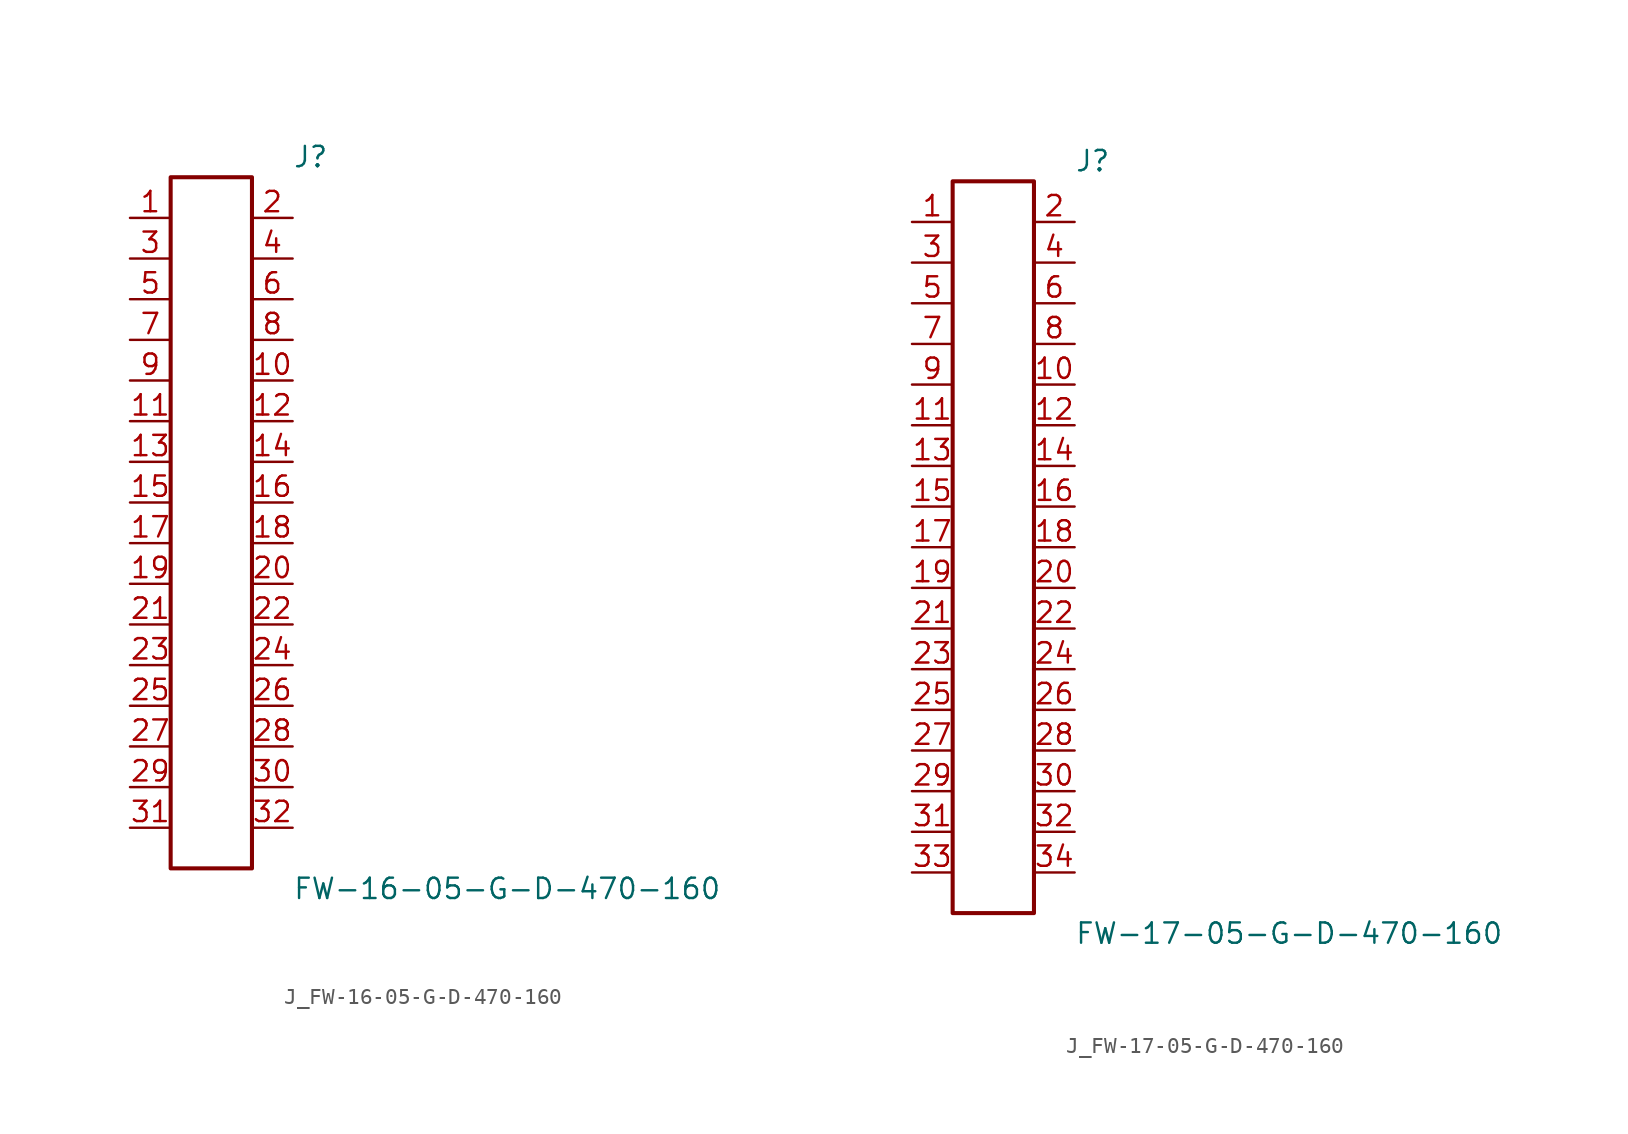
<source format=kicad_sym>
(kicad_symbol_lib
  (version 20231120)
  (generator kicad_symbol_editor)
  (generator_version 8.0)
  (symbol "J_FW-16-05-G-D-470-160"
    (pin_names
      (offset 0.254))
    (property "Reference" "J"
      (at 5.08 22.86 0)
      (effects (font (size 1.27 1.27)) (justify left)))
    (property "Value" "FW-16-05-G-D-470-160"
      (at 5.08 -22.86 0)
      (effects (font (size 1.27 1.27)) (justify left)))
    (symbol "J_FW-16-05-G-D-470-160_0_0"
      (pin unspecified line (at -5.08 19.05 0) (length 2.54) (name "" (effects (font (size 1.27 1.27)))) (number "1" (effects (font (size 1.27 1.27)))))
      (pin unspecified line (at 5.08 19.05 180) (length 2.54) (name "" (effects (font (size 1.27 1.27)))) (number "2" (effects (font (size 1.27 1.27)))))
      (pin unspecified line (at -5.08 16.51 0) (length 2.54) (name "" (effects (font (size 1.27 1.27)))) (number "3" (effects (font (size 1.27 1.27)))))
      (pin unspecified line (at 5.08 16.51 180) (length 2.54) (name "" (effects (font (size 1.27 1.27)))) (number "4" (effects (font (size 1.27 1.27)))))
      (pin unspecified line (at -5.08 13.97 0) (length 2.54) (name "" (effects (font (size 1.27 1.27)))) (number "5" (effects (font (size 1.27 1.27)))))
      (pin unspecified line (at 5.08 13.97 180) (length 2.54) (name "" (effects (font (size 1.27 1.27)))) (number "6" (effects (font (size 1.27 1.27)))))
      (pin unspecified line (at -5.08 11.43 0) (length 2.54) (name "" (effects (font (size 1.27 1.27)))) (number "7" (effects (font (size 1.27 1.27)))))
      (pin unspecified line (at 5.08 11.43 180) (length 2.54) (name "" (effects (font (size 1.27 1.27)))) (number "8" (effects (font (size 1.27 1.27)))))
      (pin unspecified line (at -5.08 8.89 0) (length 2.54) (name "" (effects (font (size 1.27 1.27)))) (number "9" (effects (font (size 1.27 1.27)))))
      (pin unspecified line (at 5.08 8.89 180) (length 2.54) (name "" (effects (font (size 1.27 1.27)))) (number "10" (effects (font (size 1.27 1.27)))))
      (pin unspecified line (at -5.08 6.35 0) (length 2.54) (name "" (effects (font (size 1.27 1.27)))) (number "11" (effects (font (size 1.27 1.27)))))
      (pin unspecified line (at 5.08 6.35 180) (length 2.54) (name "" (effects (font (size 1.27 1.27)))) (number "12" (effects (font (size 1.27 1.27)))))
      (pin unspecified line (at -5.08 3.81 0) (length 2.54) (name "" (effects (font (size 1.27 1.27)))) (number "13" (effects (font (size 1.27 1.27)))))
      (pin unspecified line (at 5.08 3.81 180) (length 2.54) (name "" (effects (font (size 1.27 1.27)))) (number "14" (effects (font (size 1.27 1.27)))))
      (pin unspecified line (at -5.08 1.27 0) (length 2.54) (name "" (effects (font (size 1.27 1.27)))) (number "15" (effects (font (size 1.27 1.27)))))
      (pin unspecified line (at 5.08 1.27 180) (length 2.54) (name "" (effects (font (size 1.27 1.27)))) (number "16" (effects (font (size 1.27 1.27)))))
      (pin unspecified line (at -5.08 -1.27 0) (length 2.54) (name "" (effects (font (size 1.27 1.27)))) (number "17" (effects (font (size 1.27 1.27)))))
      (pin unspecified line (at 5.08 -1.27 180) (length 2.54) (name "" (effects (font (size 1.27 1.27)))) (number "18" (effects (font (size 1.27 1.27)))))
      (pin unspecified line (at -5.08 -3.81 0) (length 2.54) (name "" (effects (font (size 1.27 1.27)))) (number "19" (effects (font (size 1.27 1.27)))))
      (pin unspecified line (at 5.08 -3.81 180) (length 2.54) (name "" (effects (font (size 1.27 1.27)))) (number "20" (effects (font (size 1.27 1.27)))))
      (pin unspecified line (at -5.08 -6.35 0) (length 2.54) (name "" (effects (font (size 1.27 1.27)))) (number "21" (effects (font (size 1.27 1.27)))))
      (pin unspecified line (at 5.08 -6.35 180) (length 2.54) (name "" (effects (font (size 1.27 1.27)))) (number "22" (effects (font (size 1.27 1.27)))))
      (pin unspecified line (at -5.08 -8.89 0) (length 2.54) (name "" (effects (font (size 1.27 1.27)))) (number "23" (effects (font (size 1.27 1.27)))))
      (pin unspecified line (at 5.08 -8.89 180) (length 2.54) (name "" (effects (font (size 1.27 1.27)))) (number "24" (effects (font (size 1.27 1.27)))))
      (pin unspecified line (at -5.08 -11.43 0) (length 2.54) (name "" (effects (font (size 1.27 1.27)))) (number "25" (effects (font (size 1.27 1.27)))))
      (pin unspecified line (at 5.08 -11.43 180) (length 2.54) (name "" (effects (font (size 1.27 1.27)))) (number "26" (effects (font (size 1.27 1.27)))))
      (pin unspecified line (at -5.08 -13.97 0) (length 2.54) (name "" (effects (font (size 1.27 1.27)))) (number "27" (effects (font (size 1.27 1.27)))))
      (pin unspecified line (at 5.08 -13.97 180) (length 2.54) (name "" (effects (font (size 1.27 1.27)))) (number "28" (effects (font (size 1.27 1.27)))))
      (pin unspecified line (at -5.08 -16.51 0) (length 2.54) (name "" (effects (font (size 1.27 1.27)))) (number "29" (effects (font (size 1.27 1.27)))))
      (pin unspecified line (at 5.08 -16.51 180) (length 2.54) (name "" (effects (font (size 1.27 1.27)))) (number "30" (effects (font (size 1.27 1.27)))))
      (pin unspecified line (at -5.08 -19.05 0) (length 2.54) (name "" (effects (font (size 1.27 1.27)))) (number "31" (effects (font (size 1.27 1.27)))))
      (pin unspecified line (at 5.08 -19.05 180) (length 2.54) (name "" (effects (font (size 1.27 1.27)))) (number "32" (effects (font (size 1.27 1.27))))))
    (symbol "J_FW-16-05-G-D-470-160_1_0"
      (rectangle (start -2.54 21.59) (end 2.54 -21.59) (stroke (width 0.254) (type solid)) (fill (type none)))))
  (symbol "J_FW-17-05-G-D-470-160"
    (pin_names
      (offset 0.254))
    (property "Reference" "J"
      (at 5.08 24.13 0)
      (effects (font (size 1.27 1.27)) (justify left)))
    (property "Value" "FW-17-05-G-D-470-160"
      (at 5.08 -24.13 0)
      (effects (font (size 1.27 1.27)) (justify left)))
    (symbol "J_FW-17-05-G-D-470-160_0_0"
      (pin unspecified line (at -5.08 20.32 0) (length 2.54) (name "" (effects (font (size 1.27 1.27)))) (number "1" (effects (font (size 1.27 1.27)))))
      (pin unspecified line (at 5.08 20.32 180) (length 2.54) (name "" (effects (font (size 1.27 1.27)))) (number "2" (effects (font (size 1.27 1.27)))))
      (pin unspecified line (at -5.08 17.78 0) (length 2.54) (name "" (effects (font (size 1.27 1.27)))) (number "3" (effects (font (size 1.27 1.27)))))
      (pin unspecified line (at 5.08 17.78 180) (length 2.54) (name "" (effects (font (size 1.27 1.27)))) (number "4" (effects (font (size 1.27 1.27)))))
      (pin unspecified line (at -5.08 15.24 0) (length 2.54) (name "" (effects (font (size 1.27 1.27)))) (number "5" (effects (font (size 1.27 1.27)))))
      (pin unspecified line (at 5.08 15.24 180) (length 2.54) (name "" (effects (font (size 1.27 1.27)))) (number "6" (effects (font (size 1.27 1.27)))))
      (pin unspecified line (at -5.08 12.7 0) (length 2.54) (name "" (effects (font (size 1.27 1.27)))) (number "7" (effects (font (size 1.27 1.27)))))
      (pin unspecified line (at 5.08 12.7 180) (length 2.54) (name "" (effects (font (size 1.27 1.27)))) (number "8" (effects (font (size 1.27 1.27)))))
      (pin unspecified line (at -5.08 10.16 0) (length 2.54) (name "" (effects (font (size 1.27 1.27)))) (number "9" (effects (font (size 1.27 1.27)))))
      (pin unspecified line (at 5.08 10.16 180) (length 2.54) (name "" (effects (font (size 1.27 1.27)))) (number "10" (effects (font (size 1.27 1.27)))))
      (pin unspecified line (at -5.08 7.62 0) (length 2.54) (name "" (effects (font (size 1.27 1.27)))) (number "11" (effects (font (size 1.27 1.27)))))
      (pin unspecified line (at 5.08 7.62 180) (length 2.54) (name "" (effects (font (size 1.27 1.27)))) (number "12" (effects (font (size 1.27 1.27)))))
      (pin unspecified line (at -5.08 5.08 0) (length 2.54) (name "" (effects (font (size 1.27 1.27)))) (number "13" (effects (font (size 1.27 1.27)))))
      (pin unspecified line (at 5.08 5.08 180) (length 2.54) (name "" (effects (font (size 1.27 1.27)))) (number "14" (effects (font (size 1.27 1.27)))))
      (pin unspecified line (at -5.08 2.54 0) (length 2.54) (name "" (effects (font (size 1.27 1.27)))) (number "15" (effects (font (size 1.27 1.27)))))
      (pin unspecified line (at 5.08 2.54 180) (length 2.54) (name "" (effects (font (size 1.27 1.27)))) (number "16" (effects (font (size 1.27 1.27)))))
      (pin unspecified line (at -5.08 0.0 0) (length 2.54) (name "" (effects (font (size 1.27 1.27)))) (number "17" (effects (font (size 1.27 1.27)))))
      (pin unspecified line (at 5.08 0.0 180) (length 2.54) (name "" (effects (font (size 1.27 1.27)))) (number "18" (effects (font (size 1.27 1.27)))))
      (pin unspecified line (at -5.08 -2.54 0) (length 2.54) (name "" (effects (font (size 1.27 1.27)))) (number "19" (effects (font (size 1.27 1.27)))))
      (pin unspecified line (at 5.08 -2.54 180) (length 2.54) (name "" (effects (font (size 1.27 1.27)))) (number "20" (effects (font (size 1.27 1.27)))))
      (pin unspecified line (at -5.08 -5.08 0) (length 2.54) (name "" (effects (font (size 1.27 1.27)))) (number "21" (effects (font (size 1.27 1.27)))))
      (pin unspecified line (at 5.08 -5.08 180) (length 2.54) (name "" (effects (font (size 1.27 1.27)))) (number "22" (effects (font (size 1.27 1.27)))))
      (pin unspecified line (at -5.08 -7.62 0) (length 2.54) (name "" (effects (font (size 1.27 1.27)))) (number "23" (effects (font (size 1.27 1.27)))))
      (pin unspecified line (at 5.08 -7.62 180) (length 2.54) (name "" (effects (font (size 1.27 1.27)))) (number "24" (effects (font (size 1.27 1.27)))))
      (pin unspecified line (at -5.08 -10.16 0) (length 2.54) (name "" (effects (font (size 1.27 1.27)))) (number "25" (effects (font (size 1.27 1.27)))))
      (pin unspecified line (at 5.08 -10.16 180) (length 2.54) (name "" (effects (font (size 1.27 1.27)))) (number "26" (effects (font (size 1.27 1.27)))))
      (pin unspecified line (at -5.08 -12.7 0) (length 2.54) (name "" (effects (font (size 1.27 1.27)))) (number "27" (effects (font (size 1.27 1.27)))))
      (pin unspecified line (at 5.08 -12.7 180) (length 2.54) (name "" (effects (font (size 1.27 1.27)))) (number "28" (effects (font (size 1.27 1.27)))))
      (pin unspecified line (at -5.08 -15.24 0) (length 2.54) (name "" (effects (font (size 1.27 1.27)))) (number "29" (effects (font (size 1.27 1.27)))))
      (pin unspecified line (at 5.08 -15.24 180) (length 2.54) (name "" (effects (font (size 1.27 1.27)))) (number "30" (effects (font (size 1.27 1.27)))))
      (pin unspecified line (at -5.08 -17.78 0) (length 2.54) (name "" (effects (font (size 1.27 1.27)))) (number "31" (effects (font (size 1.27 1.27)))))
      (pin unspecified line (at 5.08 -17.78 180) (length 2.54) (name "" (effects (font (size 1.27 1.27)))) (number "32" (effects (font (size 1.27 1.27)))))
      (pin unspecified line (at -5.08 -20.32 0) (length 2.54) (name "" (effects (font (size 1.27 1.27)))) (number "33" (effects (font (size 1.27 1.27)))))
      (pin unspecified line (at 5.08 -20.32 180) (length 2.54) (name "" (effects (font (size 1.27 1.27)))) (number "34" (effects (font (size 1.27 1.27))))))
    (symbol "J_FW-17-05-G-D-470-160_1_0"
      (rectangle (start -2.54 22.86) (end 2.54 -22.86) (stroke (width 0.254) (type solid)) (fill (type none))))))
</source>
